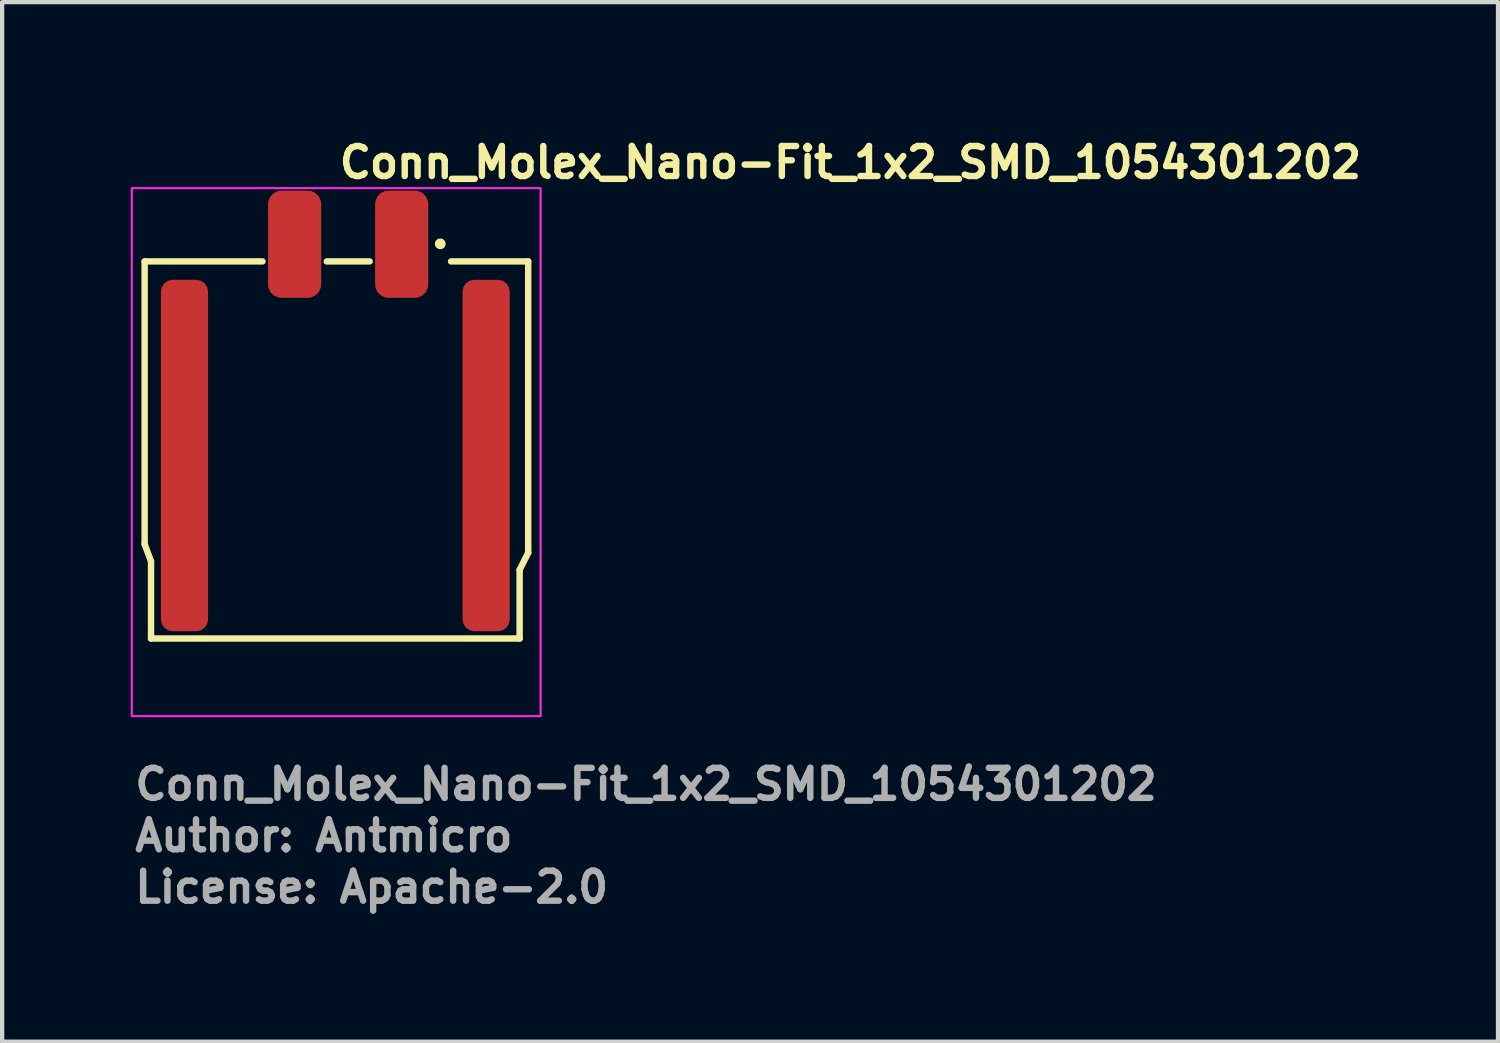
<source format=kicad_pcb>
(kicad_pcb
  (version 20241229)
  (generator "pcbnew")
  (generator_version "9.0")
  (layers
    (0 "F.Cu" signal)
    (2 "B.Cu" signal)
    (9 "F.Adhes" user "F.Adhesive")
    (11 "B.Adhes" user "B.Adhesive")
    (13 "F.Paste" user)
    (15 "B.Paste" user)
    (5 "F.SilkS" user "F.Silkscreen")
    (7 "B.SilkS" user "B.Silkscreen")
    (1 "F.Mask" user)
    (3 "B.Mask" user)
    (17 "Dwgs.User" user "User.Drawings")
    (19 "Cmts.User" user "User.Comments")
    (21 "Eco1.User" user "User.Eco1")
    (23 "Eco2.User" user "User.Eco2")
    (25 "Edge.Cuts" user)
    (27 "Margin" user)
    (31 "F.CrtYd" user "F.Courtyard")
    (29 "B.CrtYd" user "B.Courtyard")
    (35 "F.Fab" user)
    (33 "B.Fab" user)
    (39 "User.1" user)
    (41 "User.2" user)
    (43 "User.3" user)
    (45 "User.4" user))
  (footprint "Conn_Molex_Nano-Fit_1x2_SMD_1054301202"
    (layer "F.Cu")
    (at 4.795 7.55)
    (property "Reference" "Conn_Molex_Nano-Fit_1x2_SMD_1054301202" (at 0 -6.4 0) (layer "F.SilkS") (effects (font (size 0.7 0.7) (thickness 0.15)) (justify left bottom)))
    (attr smd)
    (fp_line (start -4.47 -4.5) (end -4.47 2.099) (stroke (width 0.15) (type solid)) (layer "F.SilkS"))
    (fp_line (start -4.47 2.099) (end -4.321 2.499) (stroke (width 0.15) (type solid)) (layer "F.SilkS"))
    (fp_line (start -4.321 2.499) (end -4.321 4.299) (stroke (width 0.15) (type solid)) (layer "F.SilkS"))
    (fp_line (start -4.321 4.299) (end 4.28 4.299) (stroke (width 0.15) (type solid)) (layer "F.SilkS"))
    (fp_line (start -1.72 -4.5) (end -4.47 -4.5) (stroke (width 0.15) (type solid)) (layer "F.SilkS"))
    (fp_line (start -0.22 -4.5) (end 0.78 -4.5) (stroke (width 0.15) (type solid)) (layer "F.SilkS"))
    (fp_line (start 4.28 2.698) (end 4.28 4.299) (stroke (width 0.15) (type solid)) (layer "F.SilkS"))
    (fp_line (start 4.48 -4.5) (end 2.68 -4.5) (stroke (width 0.15) (type solid)) (layer "F.SilkS"))
    (fp_line (start 4.48 2.298) (end 4.28 2.698) (stroke (width 0.15) (type solid)) (layer "F.SilkS"))
    (fp_line (start 4.48 2.298) (end 4.48 -4.5) (stroke (width 0.15) (type solid)) (layer "F.SilkS"))
    (fp_circle (center 2.428 -4.91) (end 2.478 -4.91) (stroke (width 0.15) (type solid)) (fill yes) (layer "F.SilkS"))
    (fp_rect (start -4.77 -6.21) (end 4.77 6.11) (stroke (width 0.05) (type solid)) (fill no) (layer "F.CrtYd"))
    (fp_rect (start -4.372 -5.715) (end 4.37 5.714) (stroke (width 0.1) (type solid)) (fill no) (layer "User.5"))
    (fp_line (start -4.372 -4.436) (end -4.372 2.253) (stroke (width 0.02) (type solid)) (layer "User.9"))
    (fp_line (start -4.372 2.253) (end -3.371 4.253) (stroke (width 0.02) (type solid)) (layer "User.9"))
    (fp_line (start -3.871 -4.436) (end -4.372 -4.436) (stroke (width 0.02) (type solid)) (layer "User.9"))
    (fp_line (start -3.871 -3.436) (end -3.871 -4.436) (stroke (width 0.02) (type solid)) (layer "User.9"))
    (fp_line (start -3.77 -4.436) (end -3.77 -4.287) (stroke (width 0.02) (type solid)) (layer "User.9"))
    (fp_line (start -3.77 -4.287) (end -3.77 -3.436) (stroke (width 0.02) (type solid)) (layer "User.9"))
    (fp_line (start -3.77 3.454) (end -3.77 3.704) (stroke (width 0.02) (type solid)) (layer "User.9"))
    (fp_line (start -3.77 3.704) (end -3.77 3.987) (stroke (width 0.02) (type solid)) (layer "User.9"))
    (fp_line (start -3.77 3.987) (end -3.77 3.987) (stroke (width 0.02) (type solid)) (layer "User.9"))
    (fp_line (start -3.77 3.987) (end -3.77 4.105) (stroke (width 0.02) (type solid)) (layer "User.9"))
    (fp_line (start -3.446 4.105) (end -3.77 4.105) (stroke (width 0.02) (type solid)) (layer "User.9"))
    (fp_line (start -3.446 4.105) (end -3.77 4.105) (stroke (width 0.02) (type solid)) (layer "User.9"))
    (fp_line (start -3.371 4.253) (end -2.701 4.253) (stroke (width 0.02) (type solid)) (layer "User.9"))
    (fp_line (start -3.27 -4.436) (end -3.77 -4.436) (stroke (width 0.02) (type solid)) (layer "User.9"))
    (fp_line (start -3.27 -4.436) (end -3.27 -4.287) (stroke (width 0.02) (type solid)) (layer "User.9"))
    (fp_line (start -3.27 -4.287) (end -3.77 -4.287) (stroke (width 0.02) (type solid)) (layer "User.9"))
    (fp_line (start -3.27 -4.287) (end -3.27 -3.436) (stroke (width 0.02) (type solid)) (layer "User.9"))
    (fp_line (start -3.17 -3.436) (end -3.871 -3.436) (stroke (width 0.02) (type solid)) (layer "User.9"))
    (fp_line (start -3.17 -3.436) (end -3.17 -4.436) (stroke (width 0.02) (type solid)) (layer "User.9"))
    (fp_line (start -2.5 -2.255) (end -2.5 -2.246) (stroke (width 0.02) (type solid)) (layer "User.9"))
    (fp_line (start -2.5 -2.255) (end -2.499 -2.266) (stroke (width 0.02) (type solid)) (layer "User.9"))
    (fp_line (start -2.5 -2.246) (end -2.5 -2.255) (stroke (width 0.02) (type solid)) (layer "User.9"))
    (fp_line (start -2.5 -2.246) (end -2.5 -2.237) (stroke (width 0.02) (type solid)) (layer "User.9"))
    (fp_line (start -2.5 -2.237) (end -2.5 -2.246) (stroke (width 0.02) (type solid)) (layer "User.9"))
    (fp_line (start -2.5 -2.237) (end -2.301 -2.237) (stroke (width 0.02) (type solid)) (layer "User.9"))
    (fp_line (start -2.5 4.253) (end -2.701 4.253) (stroke (width 0.02) (type solid)) (layer "User.9"))
    (fp_line (start -2.5 5.714) (end -2.5 -2.237) (stroke (width 0.02) (type solid)) (layer "User.9"))
    (fp_line (start -2.499 -2.266) (end -2.5 -2.255) (stroke (width 0.02) (type solid)) (layer "User.9"))
    (fp_line (start -2.499 -2.266) (end -2.497 -2.275) (stroke (width 0.02) (type solid)) (layer "User.9"))
    (fp_line (start -2.497 -2.275) (end -2.499 -2.266) (stroke (width 0.02) (type solid)) (layer "User.9"))
    (fp_line (start -2.497 -2.275) (end -2.495 -2.285) (stroke (width 0.02) (type solid)) (layer "User.9"))
    (fp_line (start -2.495 -2.285) (end -2.497 -2.275) (stroke (width 0.02) (type solid)) (layer "User.9"))
    (fp_line (start -2.495 -2.285) (end -2.492 -2.294) (stroke (width 0.02) (type solid)) (layer "User.9"))
    (fp_line (start -2.492 -2.294) (end -2.495 -2.285) (stroke (width 0.02) (type solid)) (layer "User.9"))
    (fp_line (start -2.492 -2.294) (end -2.489 -2.303) (stroke (width 0.02) (type solid)) (layer "User.9"))
    (fp_line (start -2.489 -2.303) (end -2.492 -2.294) (stroke (width 0.02) (type solid)) (layer "User.9"))
    (fp_line (start -2.489 -2.303) (end -2.485 -2.312) (stroke (width 0.02) (type solid)) (layer "User.9"))
    (fp_line (start -2.485 -2.312) (end -2.489 -2.303) (stroke (width 0.02) (type solid)) (layer "User.9"))
    (fp_line (start -2.485 -2.312) (end -2.481 -2.322) (stroke (width 0.02) (type solid)) (layer "User.9"))
    (fp_line (start -2.481 -2.322) (end -2.485 -2.312) (stroke (width 0.02) (type solid)) (layer "User.9"))
    (fp_line (start -2.481 -2.322) (end -2.477 -2.331) (stroke (width 0.02) (type solid)) (layer "User.9"))
    (fp_line (start -2.477 -2.331) (end -2.481 -2.322) (stroke (width 0.02) (type solid)) (layer "User.9"))
    (fp_line (start -2.477 -2.331) (end -2.472 -2.339) (stroke (width 0.02) (type solid)) (layer "User.9"))
    (fp_line (start -2.472 -2.339) (end -2.477 -2.331) (stroke (width 0.02) (type solid)) (layer "User.9"))
    (fp_line (start -2.472 -2.339) (end -2.468 -2.347) (stroke (width 0.02) (type solid)) (layer "User.9"))
    (fp_line (start -2.468 -2.347) (end -2.472 -2.339) (stroke (width 0.02) (type solid)) (layer "User.9"))
    (fp_line (start -2.468 -2.347) (end -2.461 -2.355) (stroke (width 0.02) (type solid)) (layer "User.9"))
    (fp_line (start -2.461 -2.355) (end -2.468 -2.347) (stroke (width 0.02) (type solid)) (layer "User.9"))
    (fp_line (start -2.461 -2.355) (end -2.456 -2.363) (stroke (width 0.02) (type solid)) (layer "User.9"))
    (fp_line (start -2.456 -2.363) (end -2.461 -2.355) (stroke (width 0.02) (type solid)) (layer "User.9"))
    (fp_line (start -2.456 -2.363) (end -2.449 -2.371) (stroke (width 0.02) (type solid)) (layer "User.9"))
    (fp_line (start -2.449 -2.371) (end -2.456 -2.363) (stroke (width 0.02) (type solid)) (layer "User.9"))
    (fp_line (start -2.449 -2.371) (end -2.443 -2.378) (stroke (width 0.02) (type solid)) (layer "User.9"))
    (fp_line (start -2.443 -2.378) (end -2.449 -2.371) (stroke (width 0.02) (type solid)) (layer "User.9"))
    (fp_line (start -2.443 -2.378) (end -2.443 -2.378) (stroke (width 0.02) (type solid)) (layer "User.9"))
    (fp_line (start -2.443 -2.378) (end -2.443 -2.378) (stroke (width 0.02) (type solid)) (layer "User.9"))
    (fp_line (start -2.443 -2.378) (end -2.436 -2.384) (stroke (width 0.02) (type solid)) (layer "User.9"))
    (fp_line (start -2.436 -2.384) (end -2.443 -2.378) (stroke (width 0.02) (type solid)) (layer "User.9"))
    (fp_line (start -2.436 -2.384) (end -2.427 -2.391) (stroke (width 0.02) (type solid)) (layer "User.9"))
    (fp_line (start -2.427 -2.391) (end -2.436 -2.384) (stroke (width 0.02) (type solid)) (layer "User.9"))
    (fp_line (start -2.427 -2.391) (end -2.419 -2.396) (stroke (width 0.02) (type solid)) (layer "User.9"))
    (fp_line (start -2.419 -2.396) (end -2.427 -2.391) (stroke (width 0.02) (type solid)) (layer "User.9"))
    (fp_line (start -2.419 -2.396) (end -2.411 -2.403) (stroke (width 0.02) (type solid)) (layer "User.9"))
    (fp_line (start -2.411 -2.403) (end -2.419 -2.396) (stroke (width 0.02) (type solid)) (layer "User.9"))
    (fp_line (start -2.411 -2.403) (end -2.403 -2.407) (stroke (width 0.02) (type solid)) (layer "User.9"))
    (fp_line (start -2.403 -2.407) (end -2.411 -2.403) (stroke (width 0.02) (type solid)) (layer "User.9"))
    (fp_line (start -2.403 -2.407) (end -2.395 -2.412) (stroke (width 0.02) (type solid)) (layer "User.9"))
    (fp_line (start -2.395 -2.412) (end -2.403 -2.407) (stroke (width 0.02) (type solid)) (layer "User.9"))
    (fp_line (start -2.395 -2.412) (end -2.387 -2.416) (stroke (width 0.02) (type solid)) (layer "User.9"))
    (fp_line (start -2.387 -2.416) (end -2.395 -2.412) (stroke (width 0.02) (type solid)) (layer "User.9"))
    (fp_line (start -2.387 -2.416) (end -2.378 -2.42) (stroke (width 0.02) (type solid)) (layer "User.9"))
    (fp_line (start -2.378 -2.42) (end -2.387 -2.416) (stroke (width 0.02) (type solid)) (layer "User.9"))
    (fp_line (start -2.378 -2.42) (end -2.368 -2.424) (stroke (width 0.02) (type solid)) (layer "User.9"))
    (fp_line (start -2.368 -2.424) (end -2.378 -2.42) (stroke (width 0.02) (type solid)) (layer "User.9"))
    (fp_line (start -2.368 -2.424) (end -2.359 -2.427) (stroke (width 0.02) (type solid)) (layer "User.9"))
    (fp_line (start -2.359 -2.427) (end -2.368 -2.424) (stroke (width 0.02) (type solid)) (layer "User.9"))
    (fp_line (start -2.359 -2.427) (end -2.35 -2.43) (stroke (width 0.02) (type solid)) (layer "User.9"))
    (fp_line (start -2.35 -2.43) (end -2.359 -2.427) (stroke (width 0.02) (type solid)) (layer "User.9"))
    (fp_line (start -2.35 -2.43) (end -2.34 -2.432) (stroke (width 0.02) (type solid)) (layer "User.9"))
    (fp_line (start -2.34 -2.432) (end -2.35 -2.43) (stroke (width 0.02) (type solid)) (layer "User.9"))
    (fp_line (start -2.34 -2.432) (end -2.331 -2.433) (stroke (width 0.02) (type solid)) (layer "User.9"))
    (fp_line (start -2.331 -2.433) (end -2.34 -2.432) (stroke (width 0.02) (type solid)) (layer "User.9"))
    (fp_line (start -2.331 -2.433) (end -2.32 -2.436) (stroke (width 0.02) (type solid)) (layer "User.9"))
    (fp_line (start -2.32 -2.436) (end -2.331 -2.433) (stroke (width 0.02) (type solid)) (layer "User.9"))
    (fp_line (start -2.32 -2.436) (end -2.311 -2.436) (stroke (width 0.02) (type solid)) (layer "User.9"))
    (fp_line (start -2.311 -2.436) (end -2.32 -2.436) (stroke (width 0.02) (type solid)) (layer "User.9"))
    (fp_line (start -2.311 -2.436) (end -2.301 -2.436) (stroke (width 0.02) (type solid)) (layer "User.9"))
    (fp_line (start -2.301 -2.436) (end -2.311 -2.436) (stroke (width 0.02) (type solid)) (layer "User.9"))
    (fp_line (start -2.301 5.714) (end -2.5 5.714) (stroke (width 0.02) (type solid)) (layer "User.9"))
    (fp_line (start -2.301 5.714) (end 2.899 5.714) (stroke (width 0.02) (type solid)) (layer "User.9"))
    (fp_line (start -2 -2.637) (end -2 -2.436) (stroke (width 0.02) (type solid)) (layer "User.9"))
    (fp_line (start -1.268 -5.516) (end -1.268 -5.715) (stroke (width 0.02) (type solid)) (layer "User.9"))
    (fp_line (start -1.268 -5.176) (end -1.268 -5.516) (stroke (width 0.02) (type solid)) (layer "User.9"))
    (fp_line (start -1.268 -4.827) (end -1.268 -5.176) (stroke (width 0.02) (type solid)) (layer "User.9"))
    (fp_line (start -1.268 -4.577) (end -1.268 -4.827) (stroke (width 0.02) (type solid)) (layer "User.9"))
    (fp_line (start -1.268 -4.436) (end -1.268 -4.577) (stroke (width 0.02) (type solid)) (layer "User.9"))
    (fp_line (start -0.633 -5.715) (end -1.268 -5.715) (stroke (width 0.02) (type solid)) (layer "User.9"))
    (fp_line (start -0.633 -5.516) (end -1.268 -5.516) (stroke (width 0.02) (type solid)) (layer "User.9"))
    (fp_line (start -0.633 -5.516) (end -0.633 -5.715) (stroke (width 0.02) (type solid)) (layer "User.9"))
    (fp_line (start -0.633 -5.176) (end -1.268 -5.176) (stroke (width 0.02) (type solid)) (layer "User.9"))
    (fp_line (start -0.633 -5.176) (end -0.633 -5.516) (stroke (width 0.02) (type solid)) (layer "User.9"))
    (fp_line (start -0.633 -4.827) (end -0.633 -5.176) (stroke (width 0.02) (type solid)) (layer "User.9"))
    (fp_line (start -0.633 -4.577) (end -1.268 -4.577) (stroke (width 0.02) (type solid)) (layer "User.9"))
    (fp_line (start -0.633 -4.577) (end -0.633 -4.827) (stroke (width 0.02) (type solid)) (layer "User.9"))
    (fp_line (start -0.633 -4.436) (end -0.633 -4.577) (stroke (width 0.02) (type solid)) (layer "User.9"))
    (fp_line (start 1.231 -5.516) (end 1.231 -5.715) (stroke (width 0.02) (type solid)) (layer "User.9"))
    (fp_line (start 1.231 -5.176) (end 1.231 -5.516) (stroke (width 0.02) (type solid)) (layer "User.9"))
    (fp_line (start 1.231 -4.827) (end 1.231 -5.176) (stroke (width 0.02) (type solid)) (layer "User.9"))
    (fp_line (start 1.231 -4.577) (end 1.231 -4.827) (stroke (width 0.02) (type solid)) (layer "User.9"))
    (fp_line (start 1.231 -4.436) (end 1.231 -4.577) (stroke (width 0.02) (type solid)) (layer "User.9"))
    (fp_line (start 1.866 -5.715) (end 1.231 -5.715) (stroke (width 0.02) (type solid)) (layer "User.9"))
    (fp_line (start 1.866 -5.516) (end 1.231 -5.516) (stroke (width 0.02) (type solid)) (layer "User.9"))
    (fp_line (start 1.866 -5.516) (end 1.866 -5.715) (stroke (width 0.02) (type solid)) (layer "User.9"))
    (fp_line (start 1.866 -5.176) (end 1.231 -5.176) (stroke (width 0.02) (type solid)) (layer "User.9"))
    (fp_line (start 1.866 -5.176) (end 1.866 -5.516) (stroke (width 0.02) (type solid)) (layer "User.9"))
    (fp_line (start 1.866 -4.827) (end 1.866 -5.176) (stroke (width 0.02) (type solid)) (layer "User.9"))
    (fp_line (start 1.866 -4.577) (end 1.231 -4.577) (stroke (width 0.02) (type solid)) (layer "User.9"))
    (fp_line (start 1.866 -4.577) (end 1.866 -4.827) (stroke (width 0.02) (type solid)) (layer "User.9"))
    (fp_line (start 1.866 -4.436) (end 1.866 -4.577) (stroke (width 0.02) (type solid)) (layer "User.9"))
    (fp_line (start 2.6 -2.436) (end 2.6 -2.637) (stroke (width 0.02) (type solid)) (layer "User.9"))
    (fp_line (start 2.899 -2.436) (end -2.301 -2.436) (stroke (width 0.02) (type solid)) (layer "User.9"))
    (fp_line (start 2.899 -2.436) (end 2.899 -2.237) (stroke (width 0.02) (type solid)) (layer "User.9"))
    (fp_line (start 2.899 -2.436) (end 2.908 -2.436) (stroke (width 0.02) (type solid)) (layer "User.9"))
    (fp_line (start 2.908 -2.436) (end 2.899 -2.436) (stroke (width 0.02) (type solid)) (layer "User.9"))
    (fp_line (start 2.908 -2.436) (end 2.918 -2.436) (stroke (width 0.02) (type solid)) (layer "User.9"))
    (fp_line (start 2.918 -2.436) (end 2.908 -2.436) (stroke (width 0.02) (type solid)) (layer "User.9"))
    (fp_line (start 2.918 -2.436) (end 2.928 -2.433) (stroke (width 0.02) (type solid)) (layer "User.9"))
    (fp_line (start 2.928 -2.433) (end 2.918 -2.436) (stroke (width 0.02) (type solid)) (layer "User.9"))
    (fp_line (start 2.928 -2.433) (end 2.938 -2.432) (stroke (width 0.02) (type solid)) (layer "User.9"))
    (fp_line (start 2.938 -2.432) (end 2.928 -2.433) (stroke (width 0.02) (type solid)) (layer "User.9"))
    (fp_line (start 2.938 -2.432) (end 2.947 -2.43) (stroke (width 0.02) (type solid)) (layer "User.9"))
    (fp_line (start 2.947 -2.43) (end 2.938 -2.432) (stroke (width 0.02) (type solid)) (layer "User.9"))
    (fp_line (start 2.947 -2.43) (end 2.958 -2.427) (stroke (width 0.02) (type solid)) (layer "User.9"))
    (fp_line (start 2.958 -2.427) (end 2.947 -2.43) (stroke (width 0.02) (type solid)) (layer "User.9"))
    (fp_line (start 2.958 -2.427) (end 2.967 -2.424) (stroke (width 0.02) (type solid)) (layer "User.9"))
    (fp_line (start 2.967 -2.424) (end 2.958 -2.427) (stroke (width 0.02) (type solid)) (layer "User.9"))
    (fp_line (start 2.967 -2.424) (end 2.975 -2.42) (stroke (width 0.02) (type solid)) (layer "User.9"))
    (fp_line (start 2.975 -2.42) (end 2.967 -2.424) (stroke (width 0.02) (type solid)) (layer "User.9"))
    (fp_line (start 2.975 -2.42) (end 2.984 -2.416) (stroke (width 0.02) (type solid)) (layer "User.9"))
    (fp_line (start 2.984 -2.416) (end 2.975 -2.42) (stroke (width 0.02) (type solid)) (layer "User.9"))
    (fp_line (start 2.984 -2.416) (end 2.994 -2.412) (stroke (width 0.02) (type solid)) (layer "User.9"))
    (fp_line (start 2.994 -2.412) (end 2.984 -2.416) (stroke (width 0.02) (type solid)) (layer "User.9"))
    (fp_line (start 2.994 -2.412) (end 3.001 -2.407) (stroke (width 0.02) (type solid)) (layer "User.9"))
    (fp_line (start 3.001 -2.407) (end 2.994 -2.412) (stroke (width 0.02) (type solid)) (layer "User.9"))
    (fp_line (start 3.001 -2.407) (end 3.009 -2.403) (stroke (width 0.02) (type solid)) (layer "User.9"))
    (fp_line (start 3.009 -2.403) (end 3.001 -2.407) (stroke (width 0.02) (type solid)) (layer "User.9"))
    (fp_line (start 3.009 -2.403) (end 3.017 -2.396) (stroke (width 0.02) (type solid)) (layer "User.9"))
    (fp_line (start 3.017 -2.396) (end 3.009 -2.403) (stroke (width 0.02) (type solid)) (layer "User.9"))
    (fp_line (start 3.017 -2.396) (end 3.025 -2.391) (stroke (width 0.02) (type solid)) (layer "User.9"))
    (fp_line (start 3.025 -2.391) (end 3.017 -2.396) (stroke (width 0.02) (type solid)) (layer "User.9"))
    (fp_line (start 3.025 -2.391) (end 3.033 -2.384) (stroke (width 0.02) (type solid)) (layer "User.9"))
    (fp_line (start 3.033 -2.384) (end 3.025 -2.391) (stroke (width 0.02) (type solid)) (layer "User.9"))
    (fp_line (start 3.033 -2.384) (end 3.04 -2.378) (stroke (width 0.02) (type solid)) (layer "User.9"))
    (fp_line (start 3.04 -2.378) (end 3.033 -2.384) (stroke (width 0.02) (type solid)) (layer "User.9"))
    (fp_line (start 3.04 -2.378) (end 3.04 -2.378) (stroke (width 0.02) (type solid)) (layer "User.9"))
    (fp_line (start 3.04 -2.378) (end 3.04 -2.378) (stroke (width 0.02) (type solid)) (layer "User.9"))
    (fp_line (start 3.04 -2.378) (end 3.047 -2.371) (stroke (width 0.02) (type solid)) (layer "User.9"))
    (fp_line (start 3.047 -2.371) (end 3.04 -2.378) (stroke (width 0.02) (type solid)) (layer "User.9"))
    (fp_line (start 3.047 -2.371) (end 3.053 -2.363) (stroke (width 0.02) (type solid)) (layer "User.9"))
    (fp_line (start 3.053 -2.363) (end 3.047 -2.371) (stroke (width 0.02) (type solid)) (layer "User.9"))
    (fp_line (start 3.053 -2.363) (end 3.059 -2.355) (stroke (width 0.02) (type solid)) (layer "User.9"))
    (fp_line (start 3.059 -2.355) (end 3.053 -2.363) (stroke (width 0.02) (type solid)) (layer "User.9"))
    (fp_line (start 3.059 -2.355) (end 3.066 -2.347) (stroke (width 0.02) (type solid)) (layer "User.9"))
    (fp_line (start 3.066 -2.347) (end 3.059 -2.355) (stroke (width 0.02) (type solid)) (layer "User.9"))
    (fp_line (start 3.066 -2.347) (end 3.071 -2.339) (stroke (width 0.02) (type solid)) (layer "User.9"))
    (fp_line (start 3.071 -2.339) (end 3.066 -2.347) (stroke (width 0.02) (type solid)) (layer "User.9"))
    (fp_line (start 3.071 -2.339) (end 3.076 -2.331) (stroke (width 0.02) (type solid)) (layer "User.9"))
    (fp_line (start 3.076 -2.331) (end 3.071 -2.339) (stroke (width 0.02) (type solid)) (layer "User.9"))
    (fp_line (start 3.076 -2.331) (end 3.08 -2.322) (stroke (width 0.02) (type solid)) (layer "User.9"))
    (fp_line (start 3.08 -2.322) (end 3.076 -2.331) (stroke (width 0.02) (type solid)) (layer "User.9"))
    (fp_line (start 3.08 -2.322) (end 3.084 -2.312) (stroke (width 0.02) (type solid)) (layer "User.9"))
    (fp_line (start 3.084 -2.312) (end 3.08 -2.322) (stroke (width 0.02) (type solid)) (layer "User.9"))
    (fp_line (start 3.084 -2.312) (end 3.088 -2.303) (stroke (width 0.02) (type solid)) (layer "User.9"))
    (fp_line (start 3.088 -2.303) (end 3.084 -2.312) (stroke (width 0.02) (type solid)) (layer "User.9"))
    (fp_line (start 3.088 -2.303) (end 3.091 -2.294) (stroke (width 0.02) (type solid)) (layer "User.9"))
    (fp_line (start 3.091 -2.294) (end 3.088 -2.303) (stroke (width 0.02) (type solid)) (layer "User.9"))
    (fp_line (start 3.091 -2.294) (end 3.092 -2.285) (stroke (width 0.02) (type solid)) (layer "User.9"))
    (fp_line (start 3.092 -2.285) (end 3.091 -2.294) (stroke (width 0.02) (type solid)) (layer "User.9"))
    (fp_line (start 3.092 -2.285) (end 3.096 -2.275) (stroke (width 0.02) (type solid)) (layer "User.9"))
    (fp_line (start 3.096 -2.275) (end 3.092 -2.285) (stroke (width 0.02) (type solid)) (layer "User.9"))
    (fp_line (start 3.096 -2.275) (end 3.096 -2.266) (stroke (width 0.02) (type solid)) (layer "User.9"))
    (fp_line (start 3.096 -2.266) (end 3.096 -2.275) (stroke (width 0.02) (type solid)) (layer "User.9"))
    (fp_line (start 3.096 -2.266) (end 3.099 -2.255) (stroke (width 0.02) (type solid)) (layer "User.9"))
    (fp_line (start 3.099 -2.255) (end 3.096 -2.266) (stroke (width 0.02) (type solid)) (layer "User.9"))
    (fp_line (start 3.099 -2.255) (end 3.099 -2.246) (stroke (width 0.02) (type solid)) (layer "User.9"))
    (fp_line (start 3.099 -2.246) (end 3.099 -2.255) (stroke (width 0.02) (type solid)) (layer "User.9"))
    (fp_line (start 3.099 -2.246) (end 3.1 -2.237) (stroke (width 0.02) (type solid)) (layer "User.9"))
    (fp_line (start 3.1 -2.237) (end 3.099 -2.246) (stroke (width 0.02) (type solid)) (layer "User.9"))
    (fp_line (start 3.1 -2.237) (end 3.1 5.714) (stroke (width 0.02) (type solid)) (layer "User.9"))
    (fp_line (start 3.1 5.714) (end 2.899 5.714) (stroke (width 0.02) (type solid)) (layer "User.9"))
    (fp_line (start 3.169 -4.436) (end -3.17 -4.436) (stroke (width 0.02) (type solid)) (layer "User.9"))
    (fp_line (start 3.169 -3.436) (end 3.169 -4.436) (stroke (width 0.02) (type solid)) (layer "User.9"))
    (fp_line (start 3.169 -3.436) (end 3.87 -3.436) (stroke (width 0.02) (type solid)) (layer "User.9"))
    (fp_line (start 3.269 -4.436) (end 3.269 -4.287) (stroke (width 0.02) (type solid)) (layer "User.9"))
    (fp_line (start 3.269 -4.436) (end 3.769 -4.436) (stroke (width 0.02) (type solid)) (layer "User.9"))
    (fp_line (start 3.269 -4.287) (end 3.269 -3.436) (stroke (width 0.02) (type solid)) (layer "User.9"))
    (fp_line (start 3.269 -4.287) (end 3.769 -4.287) (stroke (width 0.02) (type solid)) (layer "User.9"))
    (fp_line (start 3.299 4.253) (end 3.1 4.253) (stroke (width 0.02) (type solid)) (layer "User.9"))
    (fp_line (start 3.299 4.253) (end 3.37 4.253) (stroke (width 0.02) (type solid)) (layer "User.9"))
    (fp_line (start 3.37 4.253) (end 4.37 2.253) (stroke (width 0.02) (type solid)) (layer "User.9"))
    (fp_line (start 3.444 4.105) (end 3.769 4.105) (stroke (width 0.02) (type solid)) (layer "User.9"))
    (fp_line (start 3.444 4.105) (end 3.769 4.105) (stroke (width 0.02) (type solid)) (layer "User.9"))
    (fp_line (start 3.769 -4.436) (end 3.769 -4.287) (stroke (width 0.02) (type solid)) (layer "User.9"))
    (fp_line (start 3.769 -4.287) (end 3.769 -3.436) (stroke (width 0.02) (type solid)) (layer "User.9"))
    (fp_line (start 3.769 3.454) (end 3.769 3.704) (stroke (width 0.02) (type solid)) (layer "User.9"))
    (fp_line (start 3.769 3.704) (end 3.769 3.987) (stroke (width 0.02) (type solid)) (layer "User.9"))
    (fp_line (start 3.769 3.987) (end 3.769 3.987) (stroke (width 0.02) (type solid)) (layer "User.9"))
    (fp_line (start 3.769 3.987) (end 3.769 4.105) (stroke (width 0.02) (type solid)) (layer "User.9"))
    (fp_line (start 3.87 -3.436) (end 3.87 -4.436) (stroke (width 0.02) (type solid)) (layer "User.9"))
    (fp_line (start 4.37 -4.436) (end 3.87 -4.436) (stroke (width 0.02) (type solid)) (layer "User.9"))
    (fp_line (start 4.37 2.253) (end 4.37 -4.436) (stroke (width 0.02) (type solid)) (layer "User.9"))
    (fp_text user "Author: Antmicro" (at -4.77 9.31 0) (layer "F.Fab") (effects (font (size 0.7 0.7) (thickness 0.15)) (justify left bottom)))
    (fp_text user "License: Apache-2.0" (at -4.77 10.51 0) (layer "F.Fab") (effects (font (size 0.7 0.7) (thickness 0.15)) (justify left bottom)))
    (fp_text user "${REFERENCE}" (at -4.77 8.11 0) (layer "F.Fab") (effects (font (size 0.7 0.7) (thickness 0.15)) (justify left bottom)))
    (pad "1" smd roundrect (at 1.528 -4.901 90) (size 2.5 1.24) (layers "F.Cu" "F.Mask" "F.Paste") (roundrect_rratio 0.25))
    (pad "2" smd roundrect (at -0.97 -4.901 90) (size 2.5 1.24) (layers "F.Cu" "F.Mask" "F.Paste") (roundrect_rratio 0.25))
    (pad "MP" smd roundrect (at -3.54 0.029) (size 1.1 8.2) (layers "F.Cu" "F.Mask" "F.Paste") (roundrect_rratio 0.25))
    (pad "MP" smd roundrect (at 3.499 0.029) (size 1.1 8.2) (layers "F.Cu" "F.Mask" "F.Paste") (roundrect_rratio 0.25)))
  (gr_rect
    (start -3 -3)
    (end 31.905 21.256)
    (stroke (width 0.1) (type default))
    (fill no)
    (layer "Edge.Cuts")))
</source>
